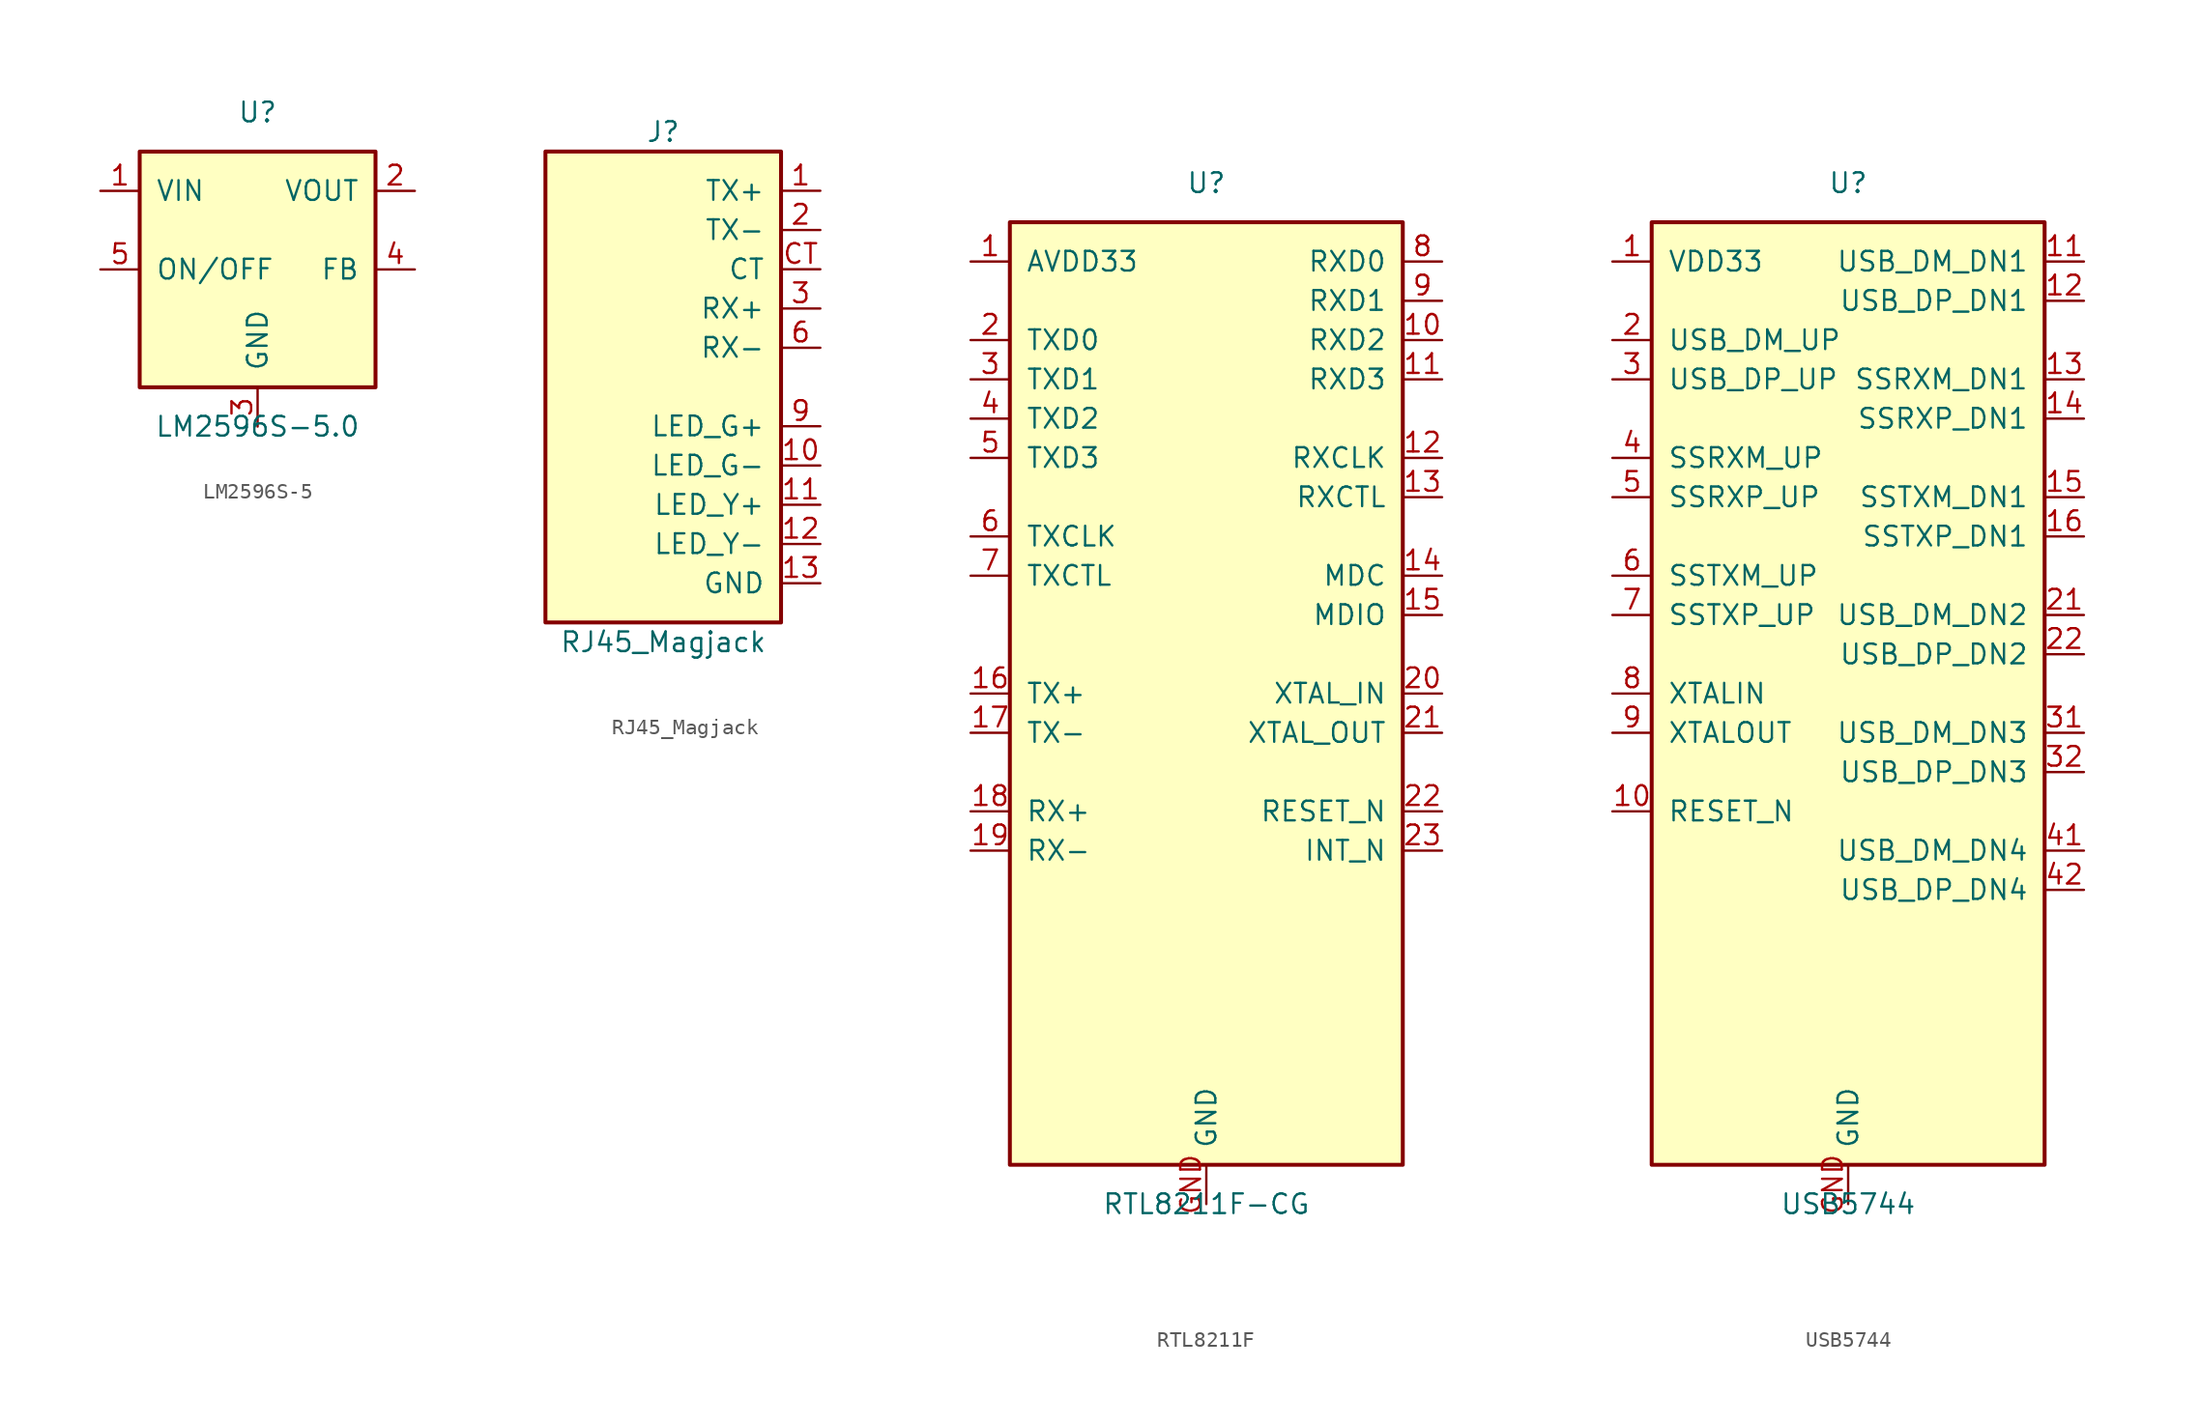
<source format=kicad_sym>
(kicad_symbol_lib
  (version 20231120)
  (generator "kicad_symbol_editor")
  (generator_version "8.0")
  (symbol "LM2596S-5"
    (pin_names
      (offset 1.016))
    (property "Reference" "U"
      (at 0 10.16 0)
      (effects (font (size 1.27 1.27))))
    (property "Value" "LM2596S-5.0"
      (at 0 -10.16 0)
      (effects (font (size 1.27 1.27))))
    (symbol "LM2596S-5_0_1"
      (rectangle (start -7.62 7.62) (end 7.62 -7.62) (stroke (width 0.254) (type default)) (fill (type background))))
    (symbol "LM2596S-5_1_1"
      (pin power_in line (at -10.16 5.08 0) (length 2.54) (name "VIN" (effects (font (size 1.27 1.27)))) (number "1" (effects (font (size 1.27 1.27)))))
      (pin power_out line (at 10.16 5.08 180) (length 2.54) (name "VOUT" (effects (font (size 1.27 1.27)))) (number "2" (effects (font (size 1.27 1.27)))))
      (pin power_in line (at 0 -10.16 90) (length 2.54) (name "GND" (effects (font (size 1.27 1.27)))) (number "3" (effects (font (size 1.27 1.27)))))
      (pin output line (at 10.16 0 180) (length 2.54) (name "FB" (effects (font (size 1.27 1.27)))) (number "4" (effects (font (size 1.27 1.27)))))
      (pin input line (at -10.16 0 0) (length 2.54) (name "ON/OFF" (effects (font (size 1.27 1.27)))) (number "5" (effects (font (size 1.27 1.27)))))))
  (symbol "RJ45_Magjack"
    (pin_names
      (offset 1.016))
    (property "Reference" "J"
      (at 0 16.51 0)
      (effects (font (size 1.27 1.27))))
    (property "Value" "RJ45_Magjack"
      (at 0 -16.51 0)
      (effects (font (size 1.27 1.27))))
    (symbol "RJ45_Magjack_0_1"
      (rectangle (start -7.62 15.24) (end 7.62 -15.24) (stroke (width 0.254) (type default)) (fill (type background))))
    (symbol "RJ45_Magjack_1_1"
      (pin bidirectional line (at 10.16 12.7 180) (length 2.54) (name "TX+" (effects (font (size 1.27 1.27)))) (number "1" (effects (font (size 1.27 1.27)))))
      (pin bidirectional line (at 10.16 10.16 180) (length 2.54) (name "TX-" (effects (font (size 1.27 1.27)))) (number "2" (effects (font (size 1.27 1.27)))))
      (pin bidirectional line (at 10.16 5.08 180) (length 2.54) (name "RX+" (effects (font (size 1.27 1.27)))) (number "3" (effects (font (size 1.27 1.27)))))
      (pin bidirectional line (at 10.16 2.54 180) (length 2.54) (name "RX-" (effects (font (size 1.27 1.27)))) (number "6" (effects (font (size 1.27 1.27)))))
      (pin output line (at 10.16 -2.54 180) (length 2.54) (name "LED_G+" (effects (font (size 1.27 1.27)))) (number "9" (effects (font (size 1.27 1.27)))))
      (pin output line (at 10.16 -5.08 180) (length 2.54) (name "LED_G-" (effects (font (size 1.27 1.27)))) (number "10" (effects (font (size 1.27 1.27)))))
      (pin output line (at 10.16 -7.62 180) (length 2.54) (name "LED_Y+" (effects (font (size 1.27 1.27)))) (number "11" (effects (font (size 1.27 1.27)))))
      (pin output line (at 10.16 -10.16 180) (length 2.54) (name "LED_Y-" (effects (font (size 1.27 1.27)))) (number "12" (effects (font (size 1.27 1.27)))))
      (pin power_in line (at 10.16 -12.7 180) (length 2.54) (name "GND" (effects (font (size 1.27 1.27)))) (number "13" (effects (font (size 1.27 1.27)))))
      (pin passive line (at 10.16 7.62 180) (length 2.54) (name "CT" (effects (font (size 1.27 1.27)))) (number "CT" (effects (font (size 1.27 1.27)))))))
  (symbol "RTL8211F"
    (pin_names
      (offset 1.016))
    (property "Reference" "U"
      (at 0 33.02 0)
      (effects (font (size 1.27 1.27))))
    (property "Value" "RTL8211F-CG"
      (at 0 -33.02 0)
      (effects (font (size 1.27 1.27))))
    (symbol "RTL8211F_0_1"
      (rectangle (start -12.7 30.48) (end 12.7 -30.48) (stroke (width 0.254) (type default)) (fill (type background))))
    (symbol "RTL8211F_1_1"
      (pin power_in line (at -15.24 27.94 0) (length 2.54) (name "AVDD33" (effects (font (size 1.27 1.27)))) (number "1" (effects (font (size 1.27 1.27)))))
      (pin bidirectional line (at -15.24 22.86 0) (length 2.54) (name "TXD0" (effects (font (size 1.27 1.27)))) (number "2" (effects (font (size 1.27 1.27)))))
      (pin bidirectional line (at -15.24 20.32 0) (length 2.54) (name "TXD1" (effects (font (size 1.27 1.27)))) (number "3" (effects (font (size 1.27 1.27)))))
      (pin bidirectional line (at -15.24 17.78 0) (length 2.54) (name "TXD2" (effects (font (size 1.27 1.27)))) (number "4" (effects (font (size 1.27 1.27)))))
      (pin bidirectional line (at -15.24 15.24 0) (length 2.54) (name "TXD3" (effects (font (size 1.27 1.27)))) (number "5" (effects (font (size 1.27 1.27)))))
      (pin input line (at -15.24 10.16 0) (length 2.54) (name "TXCLK" (effects (font (size 1.27 1.27)))) (number "6" (effects (font (size 1.27 1.27)))))
      (pin input line (at -15.24 7.62 0) (length 2.54) (name "TXCTL" (effects (font (size 1.27 1.27)))) (number "7" (effects (font (size 1.27 1.27)))))
      (pin bidirectional line (at 15.24 27.94 180) (length 2.54) (name "RXD0" (effects (font (size 1.27 1.27)))) (number "8" (effects (font (size 1.27 1.27)))))
      (pin bidirectional line (at 15.24 25.4 180) (length 2.54) (name "RXD1" (effects (font (size 1.27 1.27)))) (number "9" (effects (font (size 1.27 1.27)))))
      (pin bidirectional line (at 15.24 22.86 180) (length 2.54) (name "RXD2" (effects (font (size 1.27 1.27)))) (number "10" (effects (font (size 1.27 1.27)))))
      (pin bidirectional line (at 15.24 20.32 180) (length 2.54) (name "RXD3" (effects (font (size 1.27 1.27)))) (number "11" (effects (font (size 1.27 1.27)))))
      (pin output line (at 15.24 15.24 180) (length 2.54) (name "RXCLK" (effects (font (size 1.27 1.27)))) (number "12" (effects (font (size 1.27 1.27)))))
      (pin output line (at 15.24 12.7 180) (length 2.54) (name "RXCTL" (effects (font (size 1.27 1.27)))) (number "13" (effects (font (size 1.27 1.27)))))
      (pin bidirectional line (at 15.24 7.62 180) (length 2.54) (name "MDC" (effects (font (size 1.27 1.27)))) (number "14" (effects (font (size 1.27 1.27)))))
      (pin bidirectional line (at 15.24 5.08 180) (length 2.54) (name "MDIO" (effects (font (size 1.27 1.27)))) (number "15" (effects (font (size 1.27 1.27)))))
      (pin bidirectional line (at -15.24 0 0) (length 2.54) (name "TX+" (effects (font (size 1.27 1.27)))) (number "16" (effects (font (size 1.27 1.27)))))
      (pin bidirectional line (at -15.24 -2.54 0) (length 2.54) (name "TX-" (effects (font (size 1.27 1.27)))) (number "17" (effects (font (size 1.27 1.27)))))
      (pin bidirectional line (at -15.24 -7.62 0) (length 2.54) (name "RX+" (effects (font (size 1.27 1.27)))) (number "18" (effects (font (size 1.27 1.27)))))
      (pin bidirectional line (at -15.24 -10.16 0) (length 2.54) (name "RX-" (effects (font (size 1.27 1.27)))) (number "19" (effects (font (size 1.27 1.27)))))
      (pin input line (at 15.24 0 180) (length 2.54) (name "XTAL_IN" (effects (font (size 1.27 1.27)))) (number "20" (effects (font (size 1.27 1.27)))))
      (pin output line (at 15.24 -2.54 180) (length 2.54) (name "XTAL_OUT" (effects (font (size 1.27 1.27)))) (number "21" (effects (font (size 1.27 1.27)))))
      (pin input line (at 15.24 -7.62 180) (length 2.54) (name "RESET_N" (effects (font (size 1.27 1.27)))) (number "22" (effects (font (size 1.27 1.27)))))
      (pin output line (at 15.24 -10.16 180) (length 2.54) (name "INT_N" (effects (font (size 1.27 1.27)))) (number "23" (effects (font (size 1.27 1.27)))))
      (pin power_in line (at 0 -33.02 90) (length 2.54) (name "GND" (effects (font (size 1.27 1.27)))) (number "GND" (effects (font (size 1.27 1.27)))))))
  (symbol "USB5744"
    (pin_names
      (offset 1.016))
    (property "Reference" "U"
      (at 0 33.02 0)
      (effects (font (size 1.27 1.27))))
    (property "Value" "USB5744"
      (at 0 -33.02 0)
      (effects (font (size 1.27 1.27))))
    (symbol "USB5744_0_1"
      (rectangle (start -12.7 30.48) (end 12.7 -30.48) (stroke (width 0.254) (type default)) (fill (type background))))
    (symbol "USB5744_1_1"
      (pin power_in line (at -15.24 27.94 0) (length 2.54) (name "VDD33" (effects (font (size 1.27 1.27)))) (number "1" (effects (font (size 1.27 1.27)))))
      (pin bidirectional line (at -15.24 22.86 0) (length 2.54) (name "USB_DM_UP" (effects (font (size 1.27 1.27)))) (number "2" (effects (font (size 1.27 1.27)))))
      (pin bidirectional line (at -15.24 20.32 0) (length 2.54) (name "USB_DP_UP" (effects (font (size 1.27 1.27)))) (number "3" (effects (font (size 1.27 1.27)))))
      (pin bidirectional line (at -15.24 15.24 0) (length 2.54) (name "SSRXM_UP" (effects (font (size 1.27 1.27)))) (number "4" (effects (font (size 1.27 1.27)))))
      (pin bidirectional line (at -15.24 12.7 0) (length 2.54) (name "SSRXP_UP" (effects (font (size 1.27 1.27)))) (number "5" (effects (font (size 1.27 1.27)))))
      (pin bidirectional line (at -15.24 7.62 0) (length 2.54) (name "SSTXM_UP" (effects (font (size 1.27 1.27)))) (number "6" (effects (font (size 1.27 1.27)))))
      (pin bidirectional line (at -15.24 5.08 0) (length 2.54) (name "SSTXP_UP" (effects (font (size 1.27 1.27)))) (number "7" (effects (font (size 1.27 1.27)))))
      (pin input line (at -15.24 0 0) (length 2.54) (name "XTALIN" (effects (font (size 1.27 1.27)))) (number "8" (effects (font (size 1.27 1.27)))))
      (pin output line (at -15.24 -2.54 0) (length 2.54) (name "XTALOUT" (effects (font (size 1.27 1.27)))) (number "9" (effects (font (size 1.27 1.27)))))
      (pin input line (at -15.24 -7.62 0) (length 2.54) (name "RESET_N" (effects (font (size 1.27 1.27)))) (number "10" (effects (font (size 1.27 1.27)))))
      (pin bidirectional line (at 15.24 27.94 180) (length 2.54) (name "USB_DM_DN1" (effects (font (size 1.27 1.27)))) (number "11" (effects (font (size 1.27 1.27)))))
      (pin bidirectional line (at 15.24 25.4 180) (length 2.54) (name "USB_DP_DN1" (effects (font (size 1.27 1.27)))) (number "12" (effects (font (size 1.27 1.27)))))
      (pin bidirectional line (at 15.24 20.32 180) (length 2.54) (name "SSRXM_DN1" (effects (font (size 1.27 1.27)))) (number "13" (effects (font (size 1.27 1.27)))))
      (pin bidirectional line (at 15.24 17.78 180) (length 2.54) (name "SSRXP_DN1" (effects (font (size 1.27 1.27)))) (number "14" (effects (font (size 1.27 1.27)))))
      (pin bidirectional line (at 15.24 12.7 180) (length 2.54) (name "SSTXM_DN1" (effects (font (size 1.27 1.27)))) (number "15" (effects (font (size 1.27 1.27)))))
      (pin bidirectional line (at 15.24 10.16 180) (length 2.54) (name "SSTXP_DN1" (effects (font (size 1.27 1.27)))) (number "16" (effects (font (size 1.27 1.27)))))
      (pin bidirectional line (at 15.24 5.08 180) (length 2.54) (name "USB_DM_DN2" (effects (font (size 1.27 1.27)))) (number "21" (effects (font (size 1.27 1.27)))))
      (pin bidirectional line (at 15.24 2.54 180) (length 2.54) (name "USB_DP_DN2" (effects (font (size 1.27 1.27)))) (number "22" (effects (font (size 1.27 1.27)))))
      (pin bidirectional line (at 15.24 -2.54 180) (length 2.54) (name "USB_DM_DN3" (effects (font (size 1.27 1.27)))) (number "31" (effects (font (size 1.27 1.27)))))
      (pin bidirectional line (at 15.24 -5.08 180) (length 2.54) (name "USB_DP_DN3" (effects (font (size 1.27 1.27)))) (number "32" (effects (font (size 1.27 1.27)))))
      (pin bidirectional line (at 15.24 -10.16 180) (length 2.54) (name "USB_DM_DN4" (effects (font (size 1.27 1.27)))) (number "41" (effects (font (size 1.27 1.27)))))
      (pin bidirectional line (at 15.24 -12.7 180) (length 2.54) (name "USB_DP_DN4" (effects (font (size 1.27 1.27)))) (number "42" (effects (font (size 1.27 1.27)))))
      (pin power_in line (at 0 -33.02 90) (length 2.54) (name "GND" (effects (font (size 1.27 1.27)))) (number "GND" (effects (font (size 1.27 1.27))))))))
</source>
